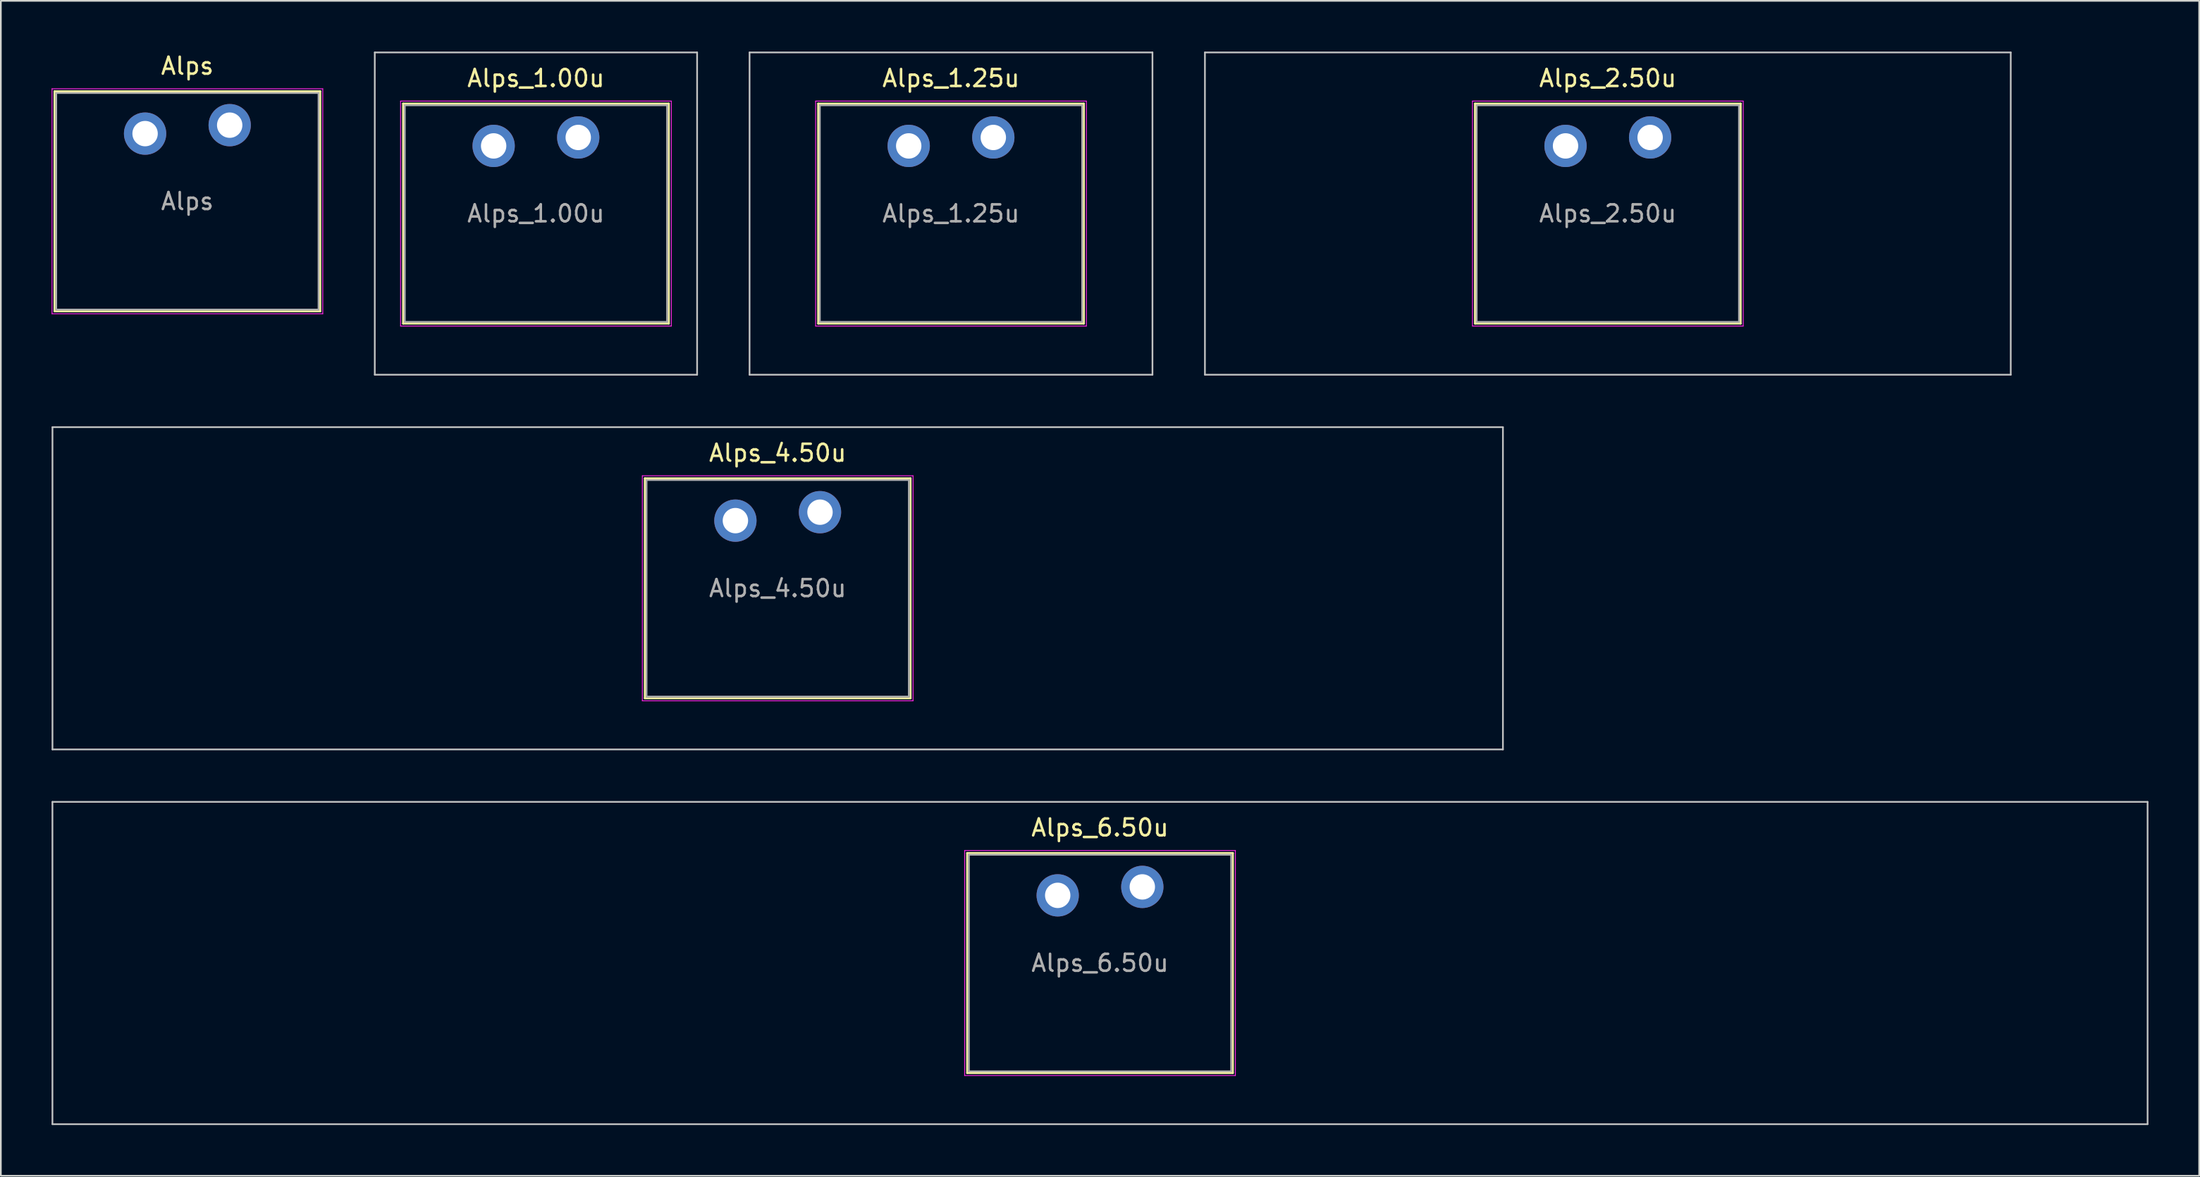
<source format=kicad_pcb>
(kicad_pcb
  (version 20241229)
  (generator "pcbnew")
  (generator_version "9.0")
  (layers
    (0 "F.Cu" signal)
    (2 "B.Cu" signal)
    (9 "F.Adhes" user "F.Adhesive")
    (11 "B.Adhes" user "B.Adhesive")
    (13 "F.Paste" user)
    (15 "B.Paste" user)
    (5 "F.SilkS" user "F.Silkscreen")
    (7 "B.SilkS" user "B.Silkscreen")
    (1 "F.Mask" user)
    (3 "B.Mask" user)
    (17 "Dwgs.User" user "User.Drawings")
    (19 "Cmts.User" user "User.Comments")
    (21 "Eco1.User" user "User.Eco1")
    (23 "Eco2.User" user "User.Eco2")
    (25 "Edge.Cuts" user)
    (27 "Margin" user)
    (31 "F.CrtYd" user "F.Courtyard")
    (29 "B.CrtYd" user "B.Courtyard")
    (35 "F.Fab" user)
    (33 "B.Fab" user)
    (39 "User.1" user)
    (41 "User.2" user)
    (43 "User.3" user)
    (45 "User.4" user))
  (footprint "Alps"
    (layer "F.Cu")
    (at 8.025 8.848)
    (property "Reference" "Alps" (at 0 -8 0) (layer "F.SilkS") (effects (font (size 1 1) (thickness 0.15))))
    (attr through_hole)
    (fp_line (start -7.85 -6.5) (end -7.85 6.5) (stroke (width 0.12) (type solid)) (layer "F.SilkS"))
    (fp_line (start -7.85 6.5) (end 7.85 6.5) (stroke (width 0.12) (type solid)) (layer "F.SilkS"))
    (fp_line (start 7.85 -6.5) (end -7.85 -6.5) (stroke (width 0.12) (type solid)) (layer "F.SilkS"))
    (fp_line (start 7.85 6.5) (end 7.85 -6.5) (stroke (width 0.12) (type solid)) (layer "F.SilkS"))
    (fp_line (start -7.75 -6.4) (end -7.75 6.4) (stroke (width 0.1) (type solid)) (layer "Eco1.User"))
    (fp_line (start -7.75 6.4) (end 7.75 6.4) (stroke (width 0.1) (type solid)) (layer "Eco1.User"))
    (fp_line (start 7.75 -6.4) (end -7.75 -6.4) (stroke (width 0.1) (type solid)) (layer "Eco1.User"))
    (fp_line (start 7.75 6.4) (end 7.75 -6.4) (stroke (width 0.1) (type solid)) (layer "Eco1.User"))
    (fp_line (start -8 -6.65) (end -8 6.65) (stroke (width 0.05) (type solid)) (layer "F.CrtYd"))
    (fp_line (start -8 6.65) (end 8 6.65) (stroke (width 0.05) (type solid)) (layer "F.CrtYd"))
    (fp_line (start 8 -6.65) (end -8 -6.65) (stroke (width 0.05) (type solid)) (layer "F.CrtYd"))
    (fp_line (start 8 6.65) (end 8 -6.65) (stroke (width 0.05) (type solid)) (layer "F.CrtYd"))
    (fp_line (start -7.75 -6.4) (end -7.75 6.4) (stroke (width 0.1) (type solid)) (layer "F.Fab"))
    (fp_line (start -7.75 6.4) (end 7.75 6.4) (stroke (width 0.1) (type solid)) (layer "F.Fab"))
    (fp_line (start 7.75 -6.4) (end -7.75 -6.4) (stroke (width 0.1) (type solid)) (layer "F.Fab"))
    (fp_line (start 7.75 6.4) (end 7.75 -6.4) (stroke (width 0.1) (type solid)) (layer "F.Fab"))
    (fp_text user "${REFERENCE}" (at 0 0 0) (layer "F.Fab") (effects (font (size 1 1) (thickness 0.15))))
    (pad "1" thru_hole circle (at -2.5 -4) (size 2.5 2.5) (drill 1.5) (layers "*.Cu" "*.Mask"))
    (pad "2" thru_hole circle (at 2.5 -4.5) (size 2.5 2.5) (drill 1.5) (layers "*.Cu" "*.Mask")))
  (footprint "Alps_4.50u"
    (layer "F.Cu")
    (at 42.913 31.725)
    (property "Reference" "Alps_4.50u" (at 0 -8 0) (layer "F.SilkS") (effects (font (size 1 1) (thickness 0.15))))
    (attr through_hole)
    (fp_line (start -7.85 -6.5) (end -7.85 6.5) (stroke (width 0.12) (type solid)) (layer "F.SilkS"))
    (fp_line (start -7.85 6.5) (end 7.85 6.5) (stroke (width 0.12) (type solid)) (layer "F.SilkS"))
    (fp_line (start 7.85 -6.5) (end -7.85 -6.5) (stroke (width 0.12) (type solid)) (layer "F.SilkS"))
    (fp_line (start 7.85 6.5) (end 7.85 -6.5) (stroke (width 0.12) (type solid)) (layer "F.SilkS"))
    (fp_line (start -42.862 -9.525) (end -42.862 9.525) (stroke (width 0.1) (type solid)) (layer "Dwgs.User"))
    (fp_line (start -42.862 9.525) (end 42.862 9.525) (stroke (width 0.1) (type solid)) (layer "Dwgs.User"))
    (fp_line (start 42.862 -9.525) (end -42.862 -9.525) (stroke (width 0.1) (type solid)) (layer "Dwgs.User"))
    (fp_line (start 42.862 9.525) (end 42.862 -9.525) (stroke (width 0.1) (type solid)) (layer "Dwgs.User"))
    (fp_line (start -7.75 -6.4) (end -7.75 6.4) (stroke (width 0.1) (type solid)) (layer "Eco1.User"))
    (fp_line (start -7.75 6.4) (end 7.75 6.4) (stroke (width 0.1) (type solid)) (layer "Eco1.User"))
    (fp_line (start 7.75 -6.4) (end -7.75 -6.4) (stroke (width 0.1) (type solid)) (layer "Eco1.User"))
    (fp_line (start 7.75 6.4) (end 7.75 -6.4) (stroke (width 0.1) (type solid)) (layer "Eco1.User"))
    (fp_line (start -8 -6.65) (end -8 6.65) (stroke (width 0.05) (type solid)) (layer "F.CrtYd"))
    (fp_line (start -8 6.65) (end 8 6.65) (stroke (width 0.05) (type solid)) (layer "F.CrtYd"))
    (fp_line (start 8 -6.65) (end -8 -6.65) (stroke (width 0.05) (type solid)) (layer "F.CrtYd"))
    (fp_line (start 8 6.65) (end 8 -6.65) (stroke (width 0.05) (type solid)) (layer "F.CrtYd"))
    (fp_line (start -7.75 -6.4) (end -7.75 6.4) (stroke (width 0.1) (type solid)) (layer "F.Fab"))
    (fp_line (start -7.75 6.4) (end 7.75 6.4) (stroke (width 0.1) (type solid)) (layer "F.Fab"))
    (fp_line (start 7.75 -6.4) (end -7.75 -6.4) (stroke (width 0.1) (type solid)) (layer "F.Fab"))
    (fp_line (start 7.75 6.4) (end 7.75 -6.4) (stroke (width 0.1) (type solid)) (layer "F.Fab"))
    (fp_text user "${REFERENCE}" (at 0 0 0) (layer "F.Fab") (effects (font (size 1 1) (thickness 0.15))))
    (pad "1" thru_hole circle (at -2.5 -4) (size 2.5 2.5) (drill 1.5) (layers "*.Cu" "*.Mask"))
    (pad "2" thru_hole circle (at 2.5 -4.5) (size 2.5 2.5) (drill 1.5) (layers "*.Cu" "*.Mask")))
  (footprint "Alps_1.00u"
    (layer "F.Cu")
    (at 28.625 9.575)
    (property "Reference" "Alps_1.00u" (at 0 -8 0) (layer "F.SilkS") (effects (font (size 1 1) (thickness 0.15))))
    (attr through_hole)
    (fp_line (start -7.85 -6.5) (end -7.85 6.5) (stroke (width 0.12) (type solid)) (layer "F.SilkS"))
    (fp_line (start -7.85 6.5) (end 7.85 6.5) (stroke (width 0.12) (type solid)) (layer "F.SilkS"))
    (fp_line (start 7.85 -6.5) (end -7.85 -6.5) (stroke (width 0.12) (type solid)) (layer "F.SilkS"))
    (fp_line (start 7.85 6.5) (end 7.85 -6.5) (stroke (width 0.12) (type solid)) (layer "F.SilkS"))
    (fp_line (start -9.525 -9.525) (end -9.525 9.525) (stroke (width 0.1) (type solid)) (layer "Dwgs.User"))
    (fp_line (start -9.525 9.525) (end 9.525 9.525) (stroke (width 0.1) (type solid)) (layer "Dwgs.User"))
    (fp_line (start 9.525 -9.525) (end -9.525 -9.525) (stroke (width 0.1) (type solid)) (layer "Dwgs.User"))
    (fp_line (start 9.525 9.525) (end 9.525 -9.525) (stroke (width 0.1) (type solid)) (layer "Dwgs.User"))
    (fp_line (start -7.75 -6.4) (end -7.75 6.4) (stroke (width 0.1) (type solid)) (layer "Eco1.User"))
    (fp_line (start -7.75 6.4) (end 7.75 6.4) (stroke (width 0.1) (type solid)) (layer "Eco1.User"))
    (fp_line (start 7.75 -6.4) (end -7.75 -6.4) (stroke (width 0.1) (type solid)) (layer "Eco1.User"))
    (fp_line (start 7.75 6.4) (end 7.75 -6.4) (stroke (width 0.1) (type solid)) (layer "Eco1.User"))
    (fp_line (start -8 -6.65) (end -8 6.65) (stroke (width 0.05) (type solid)) (layer "F.CrtYd"))
    (fp_line (start -8 6.65) (end 8 6.65) (stroke (width 0.05) (type solid)) (layer "F.CrtYd"))
    (fp_line (start 8 -6.65) (end -8 -6.65) (stroke (width 0.05) (type solid)) (layer "F.CrtYd"))
    (fp_line (start 8 6.65) (end 8 -6.65) (stroke (width 0.05) (type solid)) (layer "F.CrtYd"))
    (fp_line (start -7.75 -6.4) (end -7.75 6.4) (stroke (width 0.1) (type solid)) (layer "F.Fab"))
    (fp_line (start -7.75 6.4) (end 7.75 6.4) (stroke (width 0.1) (type solid)) (layer "F.Fab"))
    (fp_line (start 7.75 -6.4) (end -7.75 -6.4) (stroke (width 0.1) (type solid)) (layer "F.Fab"))
    (fp_line (start 7.75 6.4) (end 7.75 -6.4) (stroke (width 0.1) (type solid)) (layer "F.Fab"))
    (fp_text user "${REFERENCE}" (at 0 0 0) (layer "F.Fab") (effects (font (size 1 1) (thickness 0.15))))
    (pad "1" thru_hole circle (at -2.5 -4) (size 2.5 2.5) (drill 1.5) (layers "*.Cu" "*.Mask"))
    (pad "2" thru_hole circle (at 2.5 -4.5) (size 2.5 2.5) (drill 1.5) (layers "*.Cu" "*.Mask")))
  (footprint "Alps_6.50u"
    (layer "F.Cu")
    (at 61.962 53.875)
    (property "Reference" "Alps_6.50u" (at 0 -8 0) (layer "F.SilkS") (effects (font (size 1 1) (thickness 0.15))))
    (attr through_hole)
    (fp_line (start -7.85 -6.5) (end -7.85 6.5) (stroke (width 0.12) (type solid)) (layer "F.SilkS"))
    (fp_line (start -7.85 6.5) (end 7.85 6.5) (stroke (width 0.12) (type solid)) (layer "F.SilkS"))
    (fp_line (start 7.85 -6.5) (end -7.85 -6.5) (stroke (width 0.12) (type solid)) (layer "F.SilkS"))
    (fp_line (start 7.85 6.5) (end 7.85 -6.5) (stroke (width 0.12) (type solid)) (layer "F.SilkS"))
    (fp_line (start -61.913 -9.525) (end -61.913 9.525) (stroke (width 0.1) (type solid)) (layer "Dwgs.User"))
    (fp_line (start -61.913 9.525) (end 61.913 9.525) (stroke (width 0.1) (type solid)) (layer "Dwgs.User"))
    (fp_line (start 61.913 -9.525) (end -61.913 -9.525) (stroke (width 0.1) (type solid)) (layer "Dwgs.User"))
    (fp_line (start 61.913 9.525) (end 61.913 -9.525) (stroke (width 0.1) (type solid)) (layer "Dwgs.User"))
    (fp_line (start -7.75 -6.4) (end -7.75 6.4) (stroke (width 0.1) (type solid)) (layer "Eco1.User"))
    (fp_line (start -7.75 6.4) (end 7.75 6.4) (stroke (width 0.1) (type solid)) (layer "Eco1.User"))
    (fp_line (start 7.75 -6.4) (end -7.75 -6.4) (stroke (width 0.1) (type solid)) (layer "Eco1.User"))
    (fp_line (start 7.75 6.4) (end 7.75 -6.4) (stroke (width 0.1) (type solid)) (layer "Eco1.User"))
    (fp_line (start -8 -6.65) (end -8 6.65) (stroke (width 0.05) (type solid)) (layer "F.CrtYd"))
    (fp_line (start -8 6.65) (end 8 6.65) (stroke (width 0.05) (type solid)) (layer "F.CrtYd"))
    (fp_line (start 8 -6.65) (end -8 -6.65) (stroke (width 0.05) (type solid)) (layer "F.CrtYd"))
    (fp_line (start 8 6.65) (end 8 -6.65) (stroke (width 0.05) (type solid)) (layer "F.CrtYd"))
    (fp_line (start -7.75 -6.4) (end -7.75 6.4) (stroke (width 0.1) (type solid)) (layer "F.Fab"))
    (fp_line (start -7.75 6.4) (end 7.75 6.4) (stroke (width 0.1) (type solid)) (layer "F.Fab"))
    (fp_line (start 7.75 -6.4) (end -7.75 -6.4) (stroke (width 0.1) (type solid)) (layer "F.Fab"))
    (fp_line (start 7.75 6.4) (end 7.75 -6.4) (stroke (width 0.1) (type solid)) (layer "F.Fab"))
    (fp_text user "${REFERENCE}" (at 0 0 0) (layer "F.Fab") (effects (font (size 1 1) (thickness 0.15))))
    (pad "1" thru_hole circle (at -2.5 -4) (size 2.5 2.5) (drill 1.5) (layers "*.Cu" "*.Mask"))
    (pad "2" thru_hole circle (at 2.5 -4.5) (size 2.5 2.5) (drill 1.5) (layers "*.Cu" "*.Mask")))
  (footprint "Alps_2.50u"
    (layer "F.Cu")
    (at 91.975 9.575)
    (property "Reference" "Alps_2.50u" (at 0 -8 0) (layer "F.SilkS") (effects (font (size 1 1) (thickness 0.15))))
    (attr through_hole)
    (fp_line (start -7.85 -6.5) (end -7.85 6.5) (stroke (width 0.12) (type solid)) (layer "F.SilkS"))
    (fp_line (start -7.85 6.5) (end 7.85 6.5) (stroke (width 0.12) (type solid)) (layer "F.SilkS"))
    (fp_line (start 7.85 -6.5) (end -7.85 -6.5) (stroke (width 0.12) (type solid)) (layer "F.SilkS"))
    (fp_line (start 7.85 6.5) (end 7.85 -6.5) (stroke (width 0.12) (type solid)) (layer "F.SilkS"))
    (fp_line (start -23.812 -9.525) (end -23.812 9.525) (stroke (width 0.1) (type solid)) (layer "Dwgs.User"))
    (fp_line (start -23.812 9.525) (end 23.812 9.525) (stroke (width 0.1) (type solid)) (layer "Dwgs.User"))
    (fp_line (start 23.812 -9.525) (end -23.812 -9.525) (stroke (width 0.1) (type solid)) (layer "Dwgs.User"))
    (fp_line (start 23.812 9.525) (end 23.812 -9.525) (stroke (width 0.1) (type solid)) (layer "Dwgs.User"))
    (fp_line (start -7.75 -6.4) (end -7.75 6.4) (stroke (width 0.1) (type solid)) (layer "Eco1.User"))
    (fp_line (start -7.75 6.4) (end 7.75 6.4) (stroke (width 0.1) (type solid)) (layer "Eco1.User"))
    (fp_line (start 7.75 -6.4) (end -7.75 -6.4) (stroke (width 0.1) (type solid)) (layer "Eco1.User"))
    (fp_line (start 7.75 6.4) (end 7.75 -6.4) (stroke (width 0.1) (type solid)) (layer "Eco1.User"))
    (fp_line (start -8 -6.65) (end -8 6.65) (stroke (width 0.05) (type solid)) (layer "F.CrtYd"))
    (fp_line (start -8 6.65) (end 8 6.65) (stroke (width 0.05) (type solid)) (layer "F.CrtYd"))
    (fp_line (start 8 -6.65) (end -8 -6.65) (stroke (width 0.05) (type solid)) (layer "F.CrtYd"))
    (fp_line (start 8 6.65) (end 8 -6.65) (stroke (width 0.05) (type solid)) (layer "F.CrtYd"))
    (fp_line (start -7.75 -6.4) (end -7.75 6.4) (stroke (width 0.1) (type solid)) (layer "F.Fab"))
    (fp_line (start -7.75 6.4) (end 7.75 6.4) (stroke (width 0.1) (type solid)) (layer "F.Fab"))
    (fp_line (start 7.75 -6.4) (end -7.75 -6.4) (stroke (width 0.1) (type solid)) (layer "F.Fab"))
    (fp_line (start 7.75 6.4) (end 7.75 -6.4) (stroke (width 0.1) (type solid)) (layer "F.Fab"))
    (fp_text user "${REFERENCE}" (at 0 0 0) (layer "F.Fab") (effects (font (size 1 1) (thickness 0.15))))
    (pad "1" thru_hole circle (at -2.5 -4) (size 2.5 2.5) (drill 1.5) (layers "*.Cu" "*.Mask"))
    (pad "2" thru_hole circle (at 2.5 -4.5) (size 2.5 2.5) (drill 1.5) (layers "*.Cu" "*.Mask")))
  (footprint "Alps_1.25u"
    (layer "F.Cu")
    (at 53.156 9.575)
    (property "Reference" "Alps_1.25u" (at 0 -8 0) (layer "F.SilkS") (effects (font (size 1 1) (thickness 0.15))))
    (attr through_hole)
    (fp_line (start -7.85 -6.5) (end -7.85 6.5) (stroke (width 0.12) (type solid)) (layer "F.SilkS"))
    (fp_line (start -7.85 6.5) (end 7.85 6.5) (stroke (width 0.12) (type solid)) (layer "F.SilkS"))
    (fp_line (start 7.85 -6.5) (end -7.85 -6.5) (stroke (width 0.12) (type solid)) (layer "F.SilkS"))
    (fp_line (start 7.85 6.5) (end 7.85 -6.5) (stroke (width 0.12) (type solid)) (layer "F.SilkS"))
    (fp_line (start -11.906 -9.525) (end -11.906 9.525) (stroke (width 0.1) (type solid)) (layer "Dwgs.User"))
    (fp_line (start -11.906 9.525) (end 11.906 9.525) (stroke (width 0.1) (type solid)) (layer "Dwgs.User"))
    (fp_line (start 11.906 -9.525) (end -11.906 -9.525) (stroke (width 0.1) (type solid)) (layer "Dwgs.User"))
    (fp_line (start 11.906 9.525) (end 11.906 -9.525) (stroke (width 0.1) (type solid)) (layer "Dwgs.User"))
    (fp_line (start -7.75 -6.4) (end -7.75 6.4) (stroke (width 0.1) (type solid)) (layer "Eco1.User"))
    (fp_line (start -7.75 6.4) (end 7.75 6.4) (stroke (width 0.1) (type solid)) (layer "Eco1.User"))
    (fp_line (start 7.75 -6.4) (end -7.75 -6.4) (stroke (width 0.1) (type solid)) (layer "Eco1.User"))
    (fp_line (start 7.75 6.4) (end 7.75 -6.4) (stroke (width 0.1) (type solid)) (layer "Eco1.User"))
    (fp_line (start -8 -6.65) (end -8 6.65) (stroke (width 0.05) (type solid)) (layer "F.CrtYd"))
    (fp_line (start -8 6.65) (end 8 6.65) (stroke (width 0.05) (type solid)) (layer "F.CrtYd"))
    (fp_line (start 8 -6.65) (end -8 -6.65) (stroke (width 0.05) (type solid)) (layer "F.CrtYd"))
    (fp_line (start 8 6.65) (end 8 -6.65) (stroke (width 0.05) (type solid)) (layer "F.CrtYd"))
    (fp_line (start -7.75 -6.4) (end -7.75 6.4) (stroke (width 0.1) (type solid)) (layer "F.Fab"))
    (fp_line (start -7.75 6.4) (end 7.75 6.4) (stroke (width 0.1) (type solid)) (layer "F.Fab"))
    (fp_line (start 7.75 -6.4) (end -7.75 -6.4) (stroke (width 0.1) (type solid)) (layer "F.Fab"))
    (fp_line (start 7.75 6.4) (end 7.75 -6.4) (stroke (width 0.1) (type solid)) (layer "F.Fab"))
    (fp_text user "${REFERENCE}" (at 0 0 0) (layer "F.Fab") (effects (font (size 1 1) (thickness 0.15))))
    (pad "1" thru_hole circle (at -2.5 -4) (size 2.5 2.5) (drill 1.5) (layers "*.Cu" "*.Mask"))
    (pad "2" thru_hole circle (at 2.5 -4.5) (size 2.5 2.5) (drill 1.5) (layers "*.Cu" "*.Mask")))
  (gr_rect
    (start -3 -3)
    (end 126.925 66.45)
    (stroke (width 0.1) (type default))
    (fill no)
    (layer "Edge.Cuts")))
</source>
